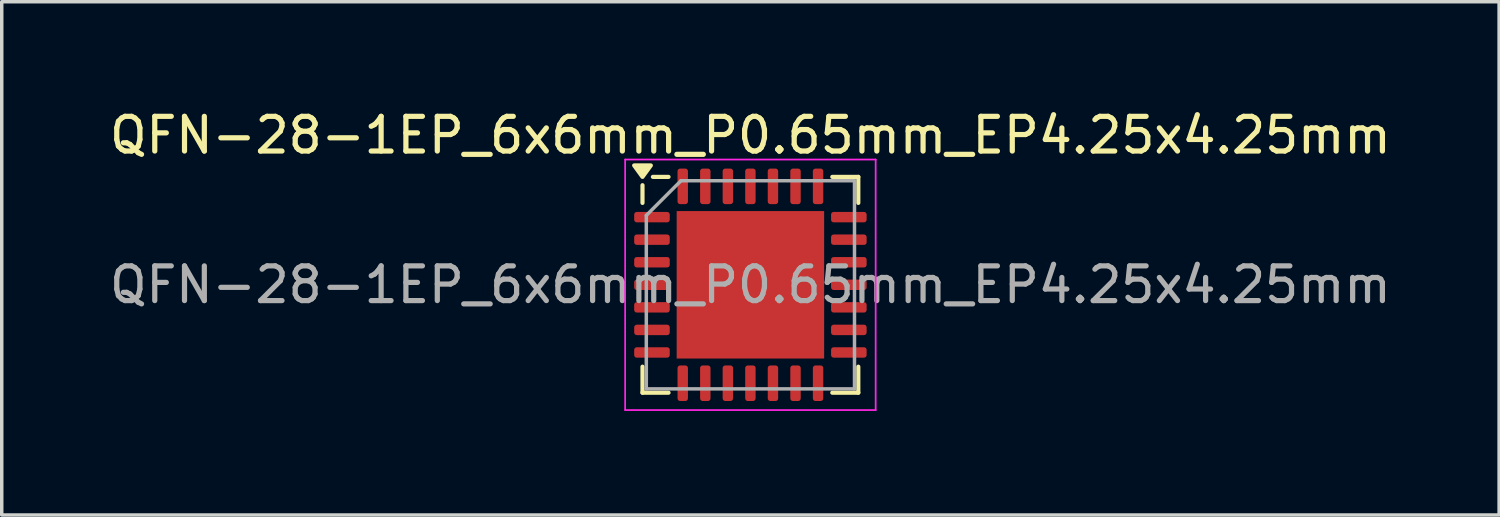
<source format=kicad_pcb>
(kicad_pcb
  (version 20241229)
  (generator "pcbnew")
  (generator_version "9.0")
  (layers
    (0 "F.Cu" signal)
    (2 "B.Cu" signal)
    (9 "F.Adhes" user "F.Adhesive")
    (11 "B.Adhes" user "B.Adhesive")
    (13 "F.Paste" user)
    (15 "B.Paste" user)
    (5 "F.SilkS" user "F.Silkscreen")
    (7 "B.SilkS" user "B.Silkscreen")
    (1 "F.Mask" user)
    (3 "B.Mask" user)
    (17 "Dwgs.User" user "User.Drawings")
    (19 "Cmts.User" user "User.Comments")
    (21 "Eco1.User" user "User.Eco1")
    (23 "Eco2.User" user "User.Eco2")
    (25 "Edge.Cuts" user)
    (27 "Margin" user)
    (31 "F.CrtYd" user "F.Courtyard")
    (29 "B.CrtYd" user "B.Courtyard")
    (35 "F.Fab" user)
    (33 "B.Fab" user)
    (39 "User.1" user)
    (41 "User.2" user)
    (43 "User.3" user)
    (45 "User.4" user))
  (footprint "QFN-28-1EP_6x6mm_P0.65mm_EP4.25x4.25mm"
    (layer "F.Cu")
    (at 18.577 5.158)
    (property "Reference" "QFN-28-1EP_6x6mm_P0.65mm_EP4.25x4.25mm" (at 0 -4.31 0) (layer "F.SilkS") (effects (font (size 1 1) (thickness 0.15))))
    (attr smd)
    (fp_line (start -3.11 -2.36) (end -3.11 -2.87) (stroke (width 0.12) (type solid)) (layer "F.SilkS"))
    (fp_line (start -3.11 3.11) (end -3.11 2.36) (stroke (width 0.12) (type solid)) (layer "F.SilkS"))
    (fp_line (start -2.36 -3.11) (end -2.81 -3.11) (stroke (width 0.12) (type solid)) (layer "F.SilkS"))
    (fp_line (start -2.36 3.11) (end -3.11 3.11) (stroke (width 0.12) (type solid)) (layer "F.SilkS"))
    (fp_line (start 2.36 -3.11) (end 3.11 -3.11) (stroke (width 0.12) (type solid)) (layer "F.SilkS"))
    (fp_line (start 2.36 3.11) (end 3.11 3.11) (stroke (width 0.12) (type solid)) (layer "F.SilkS"))
    (fp_line (start 3.11 -3.11) (end 3.11 -2.36) (stroke (width 0.12) (type solid)) (layer "F.SilkS"))
    (fp_line (start 3.11 3.11) (end 3.11 2.36) (stroke (width 0.12) (type solid)) (layer "F.SilkS"))
    (fp_poly (pts (xy -3.11 -3.11) (xy -3.35 -3.44) (xy -2.87 -3.44) (xy -3.11 -3.11)) (stroke (width 0.12) (type solid)) (fill yes) (layer "F.SilkS"))
    (fp_line (start -3.61 -3.61) (end -3.61 3.61) (stroke (width 0.05) (type solid)) (layer "F.CrtYd"))
    (fp_line (start -3.61 3.61) (end 3.61 3.61) (stroke (width 0.05) (type solid)) (layer "F.CrtYd"))
    (fp_line (start 3.61 -3.61) (end -3.61 -3.61) (stroke (width 0.05) (type solid)) (layer "F.CrtYd"))
    (fp_line (start 3.61 3.61) (end 3.61 -3.61) (stroke (width 0.05) (type solid)) (layer "F.CrtYd"))
    (fp_line (start -3 -2) (end -2 -3) (stroke (width 0.1) (type solid)) (layer "F.Fab"))
    (fp_line (start -3 3) (end -3 -2) (stroke (width 0.1) (type solid)) (layer "F.Fab"))
    (fp_line (start -2 -3) (end 3 -3) (stroke (width 0.1) (type solid)) (layer "F.Fab"))
    (fp_line (start 3 -3) (end 3 3) (stroke (width 0.1) (type solid)) (layer "F.Fab"))
    (fp_line (start 3 3) (end -3 3) (stroke (width 0.1) (type solid)) (layer "F.Fab"))
    (fp_text user "${REFERENCE}" (at 0 0 0) (layer "F.Fab") (effects (font (size 1 1) (thickness 0.15))))
    (pad "" smd roundrect (at -1.42 -1.42) (size 1.14 1.14) (layers "F.Paste") (roundrect_rratio 0.219))
    (pad "" smd roundrect (at -1.42 0) (size 1.14 1.14) (layers "F.Paste") (roundrect_rratio 0.219))
    (pad "" smd roundrect (at -1.42 1.42) (size 1.14 1.14) (layers "F.Paste") (roundrect_rratio 0.219))
    (pad "" smd roundrect (at 0 -1.42) (size 1.14 1.14) (layers "F.Paste") (roundrect_rratio 0.219))
    (pad "" smd roundrect (at 0 0) (size 1.14 1.14) (layers "F.Paste") (roundrect_rratio 0.219))
    (pad "" smd roundrect (at 0 1.42) (size 1.14 1.14) (layers "F.Paste") (roundrect_rratio 0.219))
    (pad "" smd roundrect (at 1.42 -1.42) (size 1.14 1.14) (layers "F.Paste") (roundrect_rratio 0.219))
    (pad "" smd roundrect (at 1.42 0) (size 1.14 1.14) (layers "F.Paste") (roundrect_rratio 0.219))
    (pad "" smd roundrect (at 1.42 1.42) (size 1.14 1.14) (layers "F.Paste") (roundrect_rratio 0.219))
    (pad "1" smd roundrect (at -2.837 -1.95) (size 1.025 0.3) (layers "F.Cu" "F.Mask" "F.Paste") (roundrect_rratio 0.25))
    (pad "2" smd roundrect (at -2.837 -1.3) (size 1.025 0.3) (layers "F.Cu" "F.Mask" "F.Paste") (roundrect_rratio 0.25))
    (pad "3" smd roundrect (at -2.837 -0.65) (size 1.025 0.3) (layers "F.Cu" "F.Mask" "F.Paste") (roundrect_rratio 0.25))
    (pad "4" smd roundrect (at -2.837 0) (size 1.025 0.3) (layers "F.Cu" "F.Mask" "F.Paste") (roundrect_rratio 0.25))
    (pad "5" smd roundrect (at -2.837 0.65) (size 1.025 0.3) (layers "F.Cu" "F.Mask" "F.Paste") (roundrect_rratio 0.25))
    (pad "6" smd roundrect (at -2.837 1.3) (size 1.025 0.3) (layers "F.Cu" "F.Mask" "F.Paste") (roundrect_rratio 0.25))
    (pad "7" smd roundrect (at -2.837 1.95) (size 1.025 0.3) (layers "F.Cu" "F.Mask" "F.Paste") (roundrect_rratio 0.25))
    (pad "8" smd roundrect (at -1.95 2.837) (size 0.3 1.025) (layers "F.Cu" "F.Mask" "F.Paste") (roundrect_rratio 0.25))
    (pad "9" smd roundrect (at -1.3 2.837) (size 0.3 1.025) (layers "F.Cu" "F.Mask" "F.Paste") (roundrect_rratio 0.25))
    (pad "10" smd roundrect (at -0.65 2.837) (size 0.3 1.025) (layers "F.Cu" "F.Mask" "F.Paste") (roundrect_rratio 0.25))
    (pad "11" smd roundrect (at 0 2.837) (size 0.3 1.025) (layers "F.Cu" "F.Mask" "F.Paste") (roundrect_rratio 0.25))
    (pad "12" smd roundrect (at 0.65 2.837) (size 0.3 1.025) (layers "F.Cu" "F.Mask" "F.Paste") (roundrect_rratio 0.25))
    (pad "13" smd roundrect (at 1.3 2.837) (size 0.3 1.025) (layers "F.Cu" "F.Mask" "F.Paste") (roundrect_rratio 0.25))
    (pad "14" smd roundrect (at 1.95 2.837) (size 0.3 1.025) (layers "F.Cu" "F.Mask" "F.Paste") (roundrect_rratio 0.25))
    (pad "15" smd roundrect (at 2.837 1.95) (size 1.025 0.3) (layers "F.Cu" "F.Mask" "F.Paste") (roundrect_rratio 0.25))
    (pad "16" smd roundrect (at 2.837 1.3) (size 1.025 0.3) (layers "F.Cu" "F.Mask" "F.Paste") (roundrect_rratio 0.25))
    (pad "17" smd roundrect (at 2.837 0.65) (size 1.025 0.3) (layers "F.Cu" "F.Mask" "F.Paste") (roundrect_rratio 0.25))
    (pad "18" smd roundrect (at 2.837 0) (size 1.025 0.3) (layers "F.Cu" "F.Mask" "F.Paste") (roundrect_rratio 0.25))
    (pad "19" smd roundrect (at 2.837 -0.65) (size 1.025 0.3) (layers "F.Cu" "F.Mask" "F.Paste") (roundrect_rratio 0.25))
    (pad "20" smd roundrect (at 2.837 -1.3) (size 1.025 0.3) (layers "F.Cu" "F.Mask" "F.Paste") (roundrect_rratio 0.25))
    (pad "21" smd roundrect (at 2.837 -1.95) (size 1.025 0.3) (layers "F.Cu" "F.Mask" "F.Paste") (roundrect_rratio 0.25))
    (pad "22" smd roundrect (at 1.95 -2.837) (size 0.3 1.025) (layers "F.Cu" "F.Mask" "F.Paste") (roundrect_rratio 0.25))
    (pad "23" smd roundrect (at 1.3 -2.837) (size 0.3 1.025) (layers "F.Cu" "F.Mask" "F.Paste") (roundrect_rratio 0.25))
    (pad "24" smd roundrect (at 0.65 -2.837) (size 0.3 1.025) (layers "F.Cu" "F.Mask" "F.Paste") (roundrect_rratio 0.25))
    (pad "25" smd roundrect (at 0 -2.837) (size 0.3 1.025) (layers "F.Cu" "F.Mask" "F.Paste") (roundrect_rratio 0.25))
    (pad "26" smd roundrect (at -0.65 -2.837) (size 0.3 1.025) (layers "F.Cu" "F.Mask" "F.Paste") (roundrect_rratio 0.25))
    (pad "27" smd roundrect (at -1.3 -2.837) (size 0.3 1.025) (layers "F.Cu" "F.Mask" "F.Paste") (roundrect_rratio 0.25))
    (pad "28" smd roundrect (at -1.95 -2.837) (size 0.3 1.025) (layers "F.Cu" "F.Mask" "F.Paste") (roundrect_rratio 0.25))
    (pad "29" smd rect (at 0 0) (size 4.25 4.25) (property pad_prop_heatsink) (layers "F.Cu" "F.Mask")))
  (gr_rect
    (start -3 -3)
    (end 40.155 11.793)
    (stroke (width 0.1) (type default))
    (fill no)
    (layer "Edge.Cuts")))
</source>
